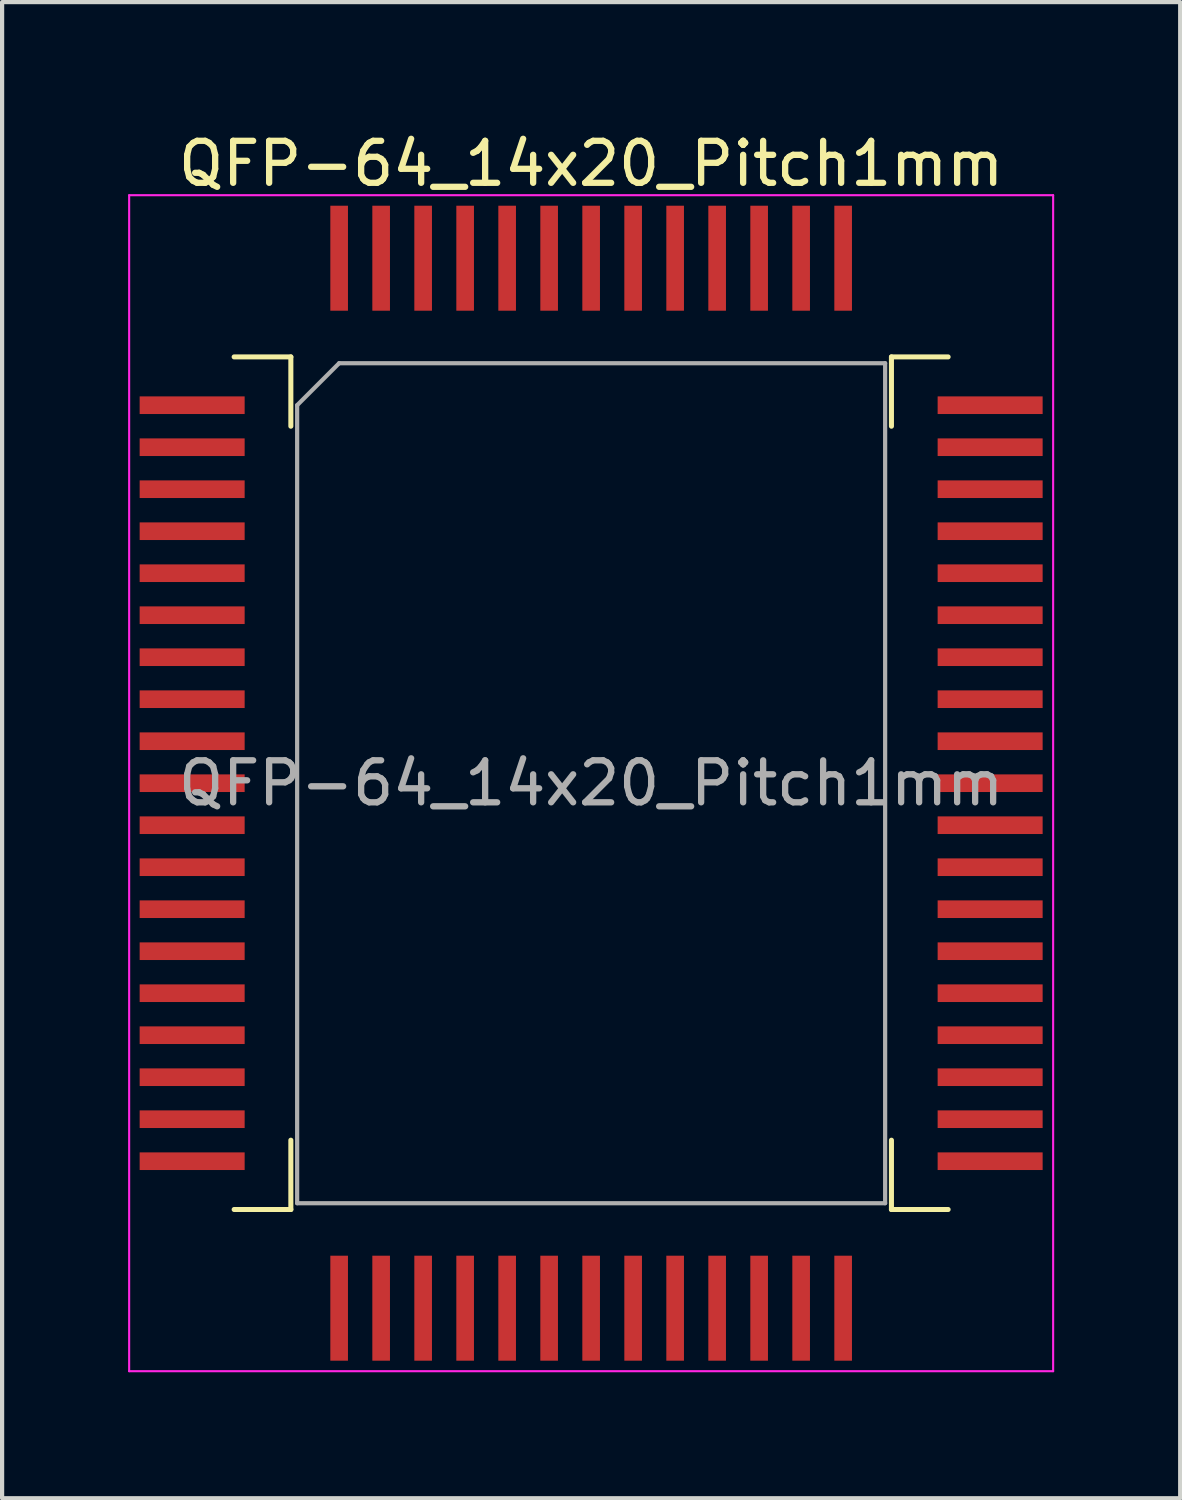
<source format=kicad_pcb>
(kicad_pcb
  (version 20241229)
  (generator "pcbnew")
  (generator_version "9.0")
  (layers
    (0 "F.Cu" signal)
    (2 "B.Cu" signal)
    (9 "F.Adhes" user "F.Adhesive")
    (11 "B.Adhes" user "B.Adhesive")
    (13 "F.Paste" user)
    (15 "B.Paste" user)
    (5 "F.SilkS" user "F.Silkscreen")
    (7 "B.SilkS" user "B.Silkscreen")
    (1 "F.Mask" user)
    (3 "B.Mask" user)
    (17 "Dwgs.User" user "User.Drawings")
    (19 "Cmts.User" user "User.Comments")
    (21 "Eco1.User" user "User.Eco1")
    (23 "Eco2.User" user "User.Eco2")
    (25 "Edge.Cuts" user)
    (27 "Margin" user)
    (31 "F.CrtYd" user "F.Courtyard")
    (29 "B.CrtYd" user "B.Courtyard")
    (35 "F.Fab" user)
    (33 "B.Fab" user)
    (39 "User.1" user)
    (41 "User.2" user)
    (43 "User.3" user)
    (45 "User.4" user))
  (footprint "QFP-64_14x20_Pitch1mm"
    (layer "F.Cu")
    (at 11.025 15.598)
    (property "Reference" "QFP-64_14x20_Pitch1mm" (at 0 -14.75 0) (layer "F.SilkS") (effects (font (size 1 1) (thickness 0.15))))
    (attr smd)
    (fp_line (start -8.5 -10.15) (end -7.15 -10.15) (stroke (width 0.12) (type default)) (layer "F.SilkS"))
    (fp_line (start -8.5 10.15) (end -7.15 10.15) (stroke (width 0.12) (type default)) (layer "F.SilkS"))
    (fp_line (start -7.15 -10.15) (end -7.15 -8.5) (stroke (width 0.12) (type default)) (layer "F.SilkS"))
    (fp_line (start -7.15 10.15) (end -7.15 8.5) (stroke (width 0.12) (type default)) (layer "F.SilkS"))
    (fp_line (start 7.15 -10.15) (end 7.15 -8.5) (stroke (width 0.12) (type default)) (layer "F.SilkS"))
    (fp_line (start 7.15 10.15) (end 7.15 8.5) (stroke (width 0.12) (type default)) (layer "F.SilkS"))
    (fp_line (start 8.5 -10.15) (end 7.15 -10.15) (stroke (width 0.12) (type default)) (layer "F.SilkS"))
    (fp_line (start 8.5 10.15) (end 7.15 10.15) (stroke (width 0.12) (type default)) (layer "F.SilkS"))
    (fp_line (start -11 -14) (end 11 -14) (stroke (width 0.05) (type default)) (layer "F.CrtYd"))
    (fp_line (start -11 14) (end -11 -14) (stroke (width 0.05) (type default)) (layer "F.CrtYd"))
    (fp_line (start 11 -14) (end 11 14) (stroke (width 0.05) (type default)) (layer "F.CrtYd"))
    (fp_line (start 11 14) (end -11 14) (stroke (width 0.05) (type default)) (layer "F.CrtYd"))
    (fp_line (start -7 -9) (end -7 10) (stroke (width 0.1) (type default)) (layer "F.Fab"))
    (fp_line (start -7 10) (end 7 10) (stroke (width 0.1) (type default)) (layer "F.Fab"))
    (fp_line (start -6 -10) (end -7 -9) (stroke (width 0.1) (type default)) (layer "F.Fab"))
    (fp_line (start 7 -10) (end -6 -10) (stroke (width 0.1) (type default)) (layer "F.Fab"))
    (fp_line (start 7 10) (end 7 -10) (stroke (width 0.1) (type default)) (layer "F.Fab"))
    (fp_text user "${REFERENCE}" (at 0 0 0) (layer "F.Fab") (effects (font (size 1 1) (thickness 0.15))))
    (pad "1" smd rect (at -9.5 -9 90) (size 0.42 2.5) (layers "F.Cu" "F.Mask" "F.Paste"))
    (pad "2" smd rect (at -9.5 -8 90) (size 0.42 2.5) (layers "F.Cu" "F.Mask" "F.Paste"))
    (pad "3" smd rect (at -9.5 -7 90) (size 0.42 2.5) (layers "F.Cu" "F.Mask" "F.Paste"))
    (pad "4" smd rect (at -9.5 -6 90) (size 0.42 2.5) (layers "F.Cu" "F.Mask" "F.Paste"))
    (pad "5" smd rect (at -9.5 -5 90) (size 0.42 2.5) (layers "F.Cu" "F.Mask" "F.Paste"))
    (pad "6" smd rect (at -9.5 -4 90) (size 0.42 2.5) (layers "F.Cu" "F.Mask" "F.Paste"))
    (pad "7" smd rect (at -9.5 -3 90) (size 0.42 2.5) (layers "F.Cu" "F.Mask" "F.Paste"))
    (pad "8" smd rect (at -9.5 -2 90) (size 0.42 2.5) (layers "F.Cu" "F.Mask" "F.Paste"))
    (pad "9" smd rect (at -9.5 -1 90) (size 0.42 2.5) (layers "F.Cu" "F.Mask" "F.Paste"))
    (pad "10" smd rect (at -9.5 0 90) (size 0.42 2.5) (layers "F.Cu" "F.Mask" "F.Paste"))
    (pad "11" smd rect (at -9.5 1 90) (size 0.42 2.5) (layers "F.Cu" "F.Mask" "F.Paste"))
    (pad "12" smd rect (at -9.5 2 90) (size 0.42 2.5) (layers "F.Cu" "F.Mask" "F.Paste"))
    (pad "13" smd rect (at -9.5 3 90) (size 0.42 2.5) (layers "F.Cu" "F.Mask" "F.Paste"))
    (pad "14" smd rect (at -9.5 4 90) (size 0.42 2.5) (layers "F.Cu" "F.Mask" "F.Paste"))
    (pad "15" smd rect (at -9.5 5 90) (size 0.42 2.5) (layers "F.Cu" "F.Mask" "F.Paste"))
    (pad "16" smd rect (at -9.5 6 90) (size 0.42 2.5) (layers "F.Cu" "F.Mask" "F.Paste"))
    (pad "17" smd rect (at -9.5 7 270) (size 0.42 2.5) (layers "F.Cu" "F.Mask" "F.Paste"))
    (pad "18" smd rect (at -9.5 8 270) (size 0.42 2.5) (layers "F.Cu" "F.Mask" "F.Paste"))
    (pad "19" smd rect (at -9.5 9 270) (size 0.42 2.5) (layers "F.Cu" "F.Mask" "F.Paste"))
    (pad "20" smd rect (at -6 12.5) (size 0.42 2.5) (layers "F.Cu" "F.Mask" "F.Paste"))
    (pad "21" smd rect (at -5 12.5) (size 0.42 2.5) (layers "F.Cu" "F.Mask" "F.Paste"))
    (pad "22" smd rect (at -4 12.5) (size 0.42 2.5) (layers "F.Cu" "F.Mask" "F.Paste"))
    (pad "23" smd rect (at -3 12.5) (size 0.42 2.5) (layers "F.Cu" "F.Mask" "F.Paste"))
    (pad "24" smd rect (at -2 12.5) (size 0.42 2.5) (layers "F.Cu" "F.Mask" "F.Paste"))
    (pad "25" smd rect (at -1 12.5) (size 0.42 2.5) (layers "F.Cu" "F.Mask" "F.Paste"))
    (pad "26" smd rect (at 0 12.5) (size 0.42 2.5) (layers "F.Cu" "F.Mask" "F.Paste"))
    (pad "27" smd rect (at 1 12.5) (size 0.42 2.5) (layers "F.Cu" "F.Mask" "F.Paste"))
    (pad "28" smd rect (at 2 12.5) (size 0.42 2.5) (layers "F.Cu" "F.Mask" "F.Paste"))
    (pad "29" smd rect (at 3 12.5) (size 0.42 2.5) (layers "F.Cu" "F.Mask" "F.Paste"))
    (pad "30" smd rect (at 4 12.5) (size 0.42 2.5) (layers "F.Cu" "F.Mask" "F.Paste"))
    (pad "31" smd rect (at 5 12.5) (size 0.42 2.5) (layers "F.Cu" "F.Mask" "F.Paste"))
    (pad "32" smd rect (at 6 12.5) (size 0.42 2.5) (layers "F.Cu" "F.Mask" "F.Paste"))
    (pad "33" smd rect (at 9.5 9 90) (size 0.42 2.5) (layers "F.Cu" "F.Mask" "F.Paste"))
    (pad "34" smd rect (at 9.5 8 90) (size 0.42 2.5) (layers "F.Cu" "F.Mask" "F.Paste"))
    (pad "35" smd rect (at 9.5 7 90) (size 0.42 2.5) (layers "F.Cu" "F.Mask" "F.Paste"))
    (pad "36" smd rect (at 9.5 6 90) (size 0.42 2.5) (layers "F.Cu" "F.Mask" "F.Paste"))
    (pad "37" smd rect (at 9.5 5 90) (size 0.42 2.5) (layers "F.Cu" "F.Mask" "F.Paste"))
    (pad "38" smd rect (at 9.5 4 90) (size 0.42 2.5) (layers "F.Cu" "F.Mask" "F.Paste"))
    (pad "39" smd rect (at 9.5 3 90) (size 0.42 2.5) (layers "F.Cu" "F.Mask" "F.Paste"))
    (pad "40" smd rect (at 9.5 2 90) (size 0.42 2.5) (layers "F.Cu" "F.Mask" "F.Paste"))
    (pad "41" smd rect (at 9.5 1 90) (size 0.42 2.5) (layers "F.Cu" "F.Mask" "F.Paste"))
    (pad "42" smd rect (at 9.5 0 90) (size 0.42 2.5) (layers "F.Cu" "F.Mask" "F.Paste"))
    (pad "43" smd rect (at 9.5 -1 90) (size 0.42 2.5) (layers "F.Cu" "F.Mask" "F.Paste"))
    (pad "44" smd rect (at 9.5 -2 90) (size 0.42 2.5) (layers "F.Cu" "F.Mask" "F.Paste"))
    (pad "45" smd rect (at 9.5 -3 90) (size 0.42 2.5) (layers "F.Cu" "F.Mask" "F.Paste"))
    (pad "46" smd rect (at 9.5 -4 90) (size 0.42 2.5) (layers "F.Cu" "F.Mask" "F.Paste"))
    (pad "47" smd rect (at 9.5 -5 90) (size 0.42 2.5) (layers "F.Cu" "F.Mask" "F.Paste"))
    (pad "48" smd rect (at 9.5 -6 90) (size 0.42 2.5) (layers "F.Cu" "F.Mask" "F.Paste"))
    (pad "49" smd rect (at 9.5 -7 270) (size 0.42 2.5) (layers "F.Cu" "F.Mask" "F.Paste"))
    (pad "50" smd rect (at 9.5 -8 270) (size 0.42 2.5) (layers "F.Cu" "F.Mask" "F.Paste"))
    (pad "51" smd rect (at 9.5 -9 270) (size 0.42 2.5) (layers "F.Cu" "F.Mask" "F.Paste"))
    (pad "52" smd rect (at 6 -12.5) (size 0.42 2.5) (layers "F.Cu" "F.Mask" "F.Paste"))
    (pad "53" smd rect (at 5 -12.5) (size 0.42 2.5) (layers "F.Cu" "F.Mask" "F.Paste"))
    (pad "54" smd rect (at 4 -12.5) (size 0.42 2.5) (layers "F.Cu" "F.Mask" "F.Paste"))
    (pad "55" smd rect (at 3 -12.5) (size 0.42 2.5) (layers "F.Cu" "F.Mask" "F.Paste"))
    (pad "56" smd rect (at 2 -12.5) (size 0.42 2.5) (layers "F.Cu" "F.Mask" "F.Paste"))
    (pad "57" smd rect (at 1 -12.5) (size 0.42 2.5) (layers "F.Cu" "F.Mask" "F.Paste"))
    (pad "58" smd rect (at 0 -12.5) (size 0.42 2.5) (layers "F.Cu" "F.Mask" "F.Paste"))
    (pad "59" smd rect (at -1 -12.5) (size 0.42 2.5) (layers "F.Cu" "F.Mask" "F.Paste"))
    (pad "60" smd rect (at -2 -12.5) (size 0.42 2.5) (layers "F.Cu" "F.Mask" "F.Paste"))
    (pad "61" smd rect (at -3 -12.5) (size 0.42 2.5) (layers "F.Cu" "F.Mask" "F.Paste"))
    (pad "62" smd rect (at -4 -12.5) (size 0.42 2.5) (layers "F.Cu" "F.Mask" "F.Paste"))
    (pad "63" smd rect (at -5 -12.5) (size 0.42 2.5) (layers "F.Cu" "F.Mask" "F.Paste"))
    (pad "64" smd rect (at -6 -12.5) (size 0.42 2.5) (layers "F.Cu" "F.Mask" "F.Paste")))
  (gr_rect
    (start -3 -3)
    (end 25.05 32.623)
    (stroke (width 0.1) (type default))
    (fill no)
    (layer "Edge.Cuts")))
</source>
